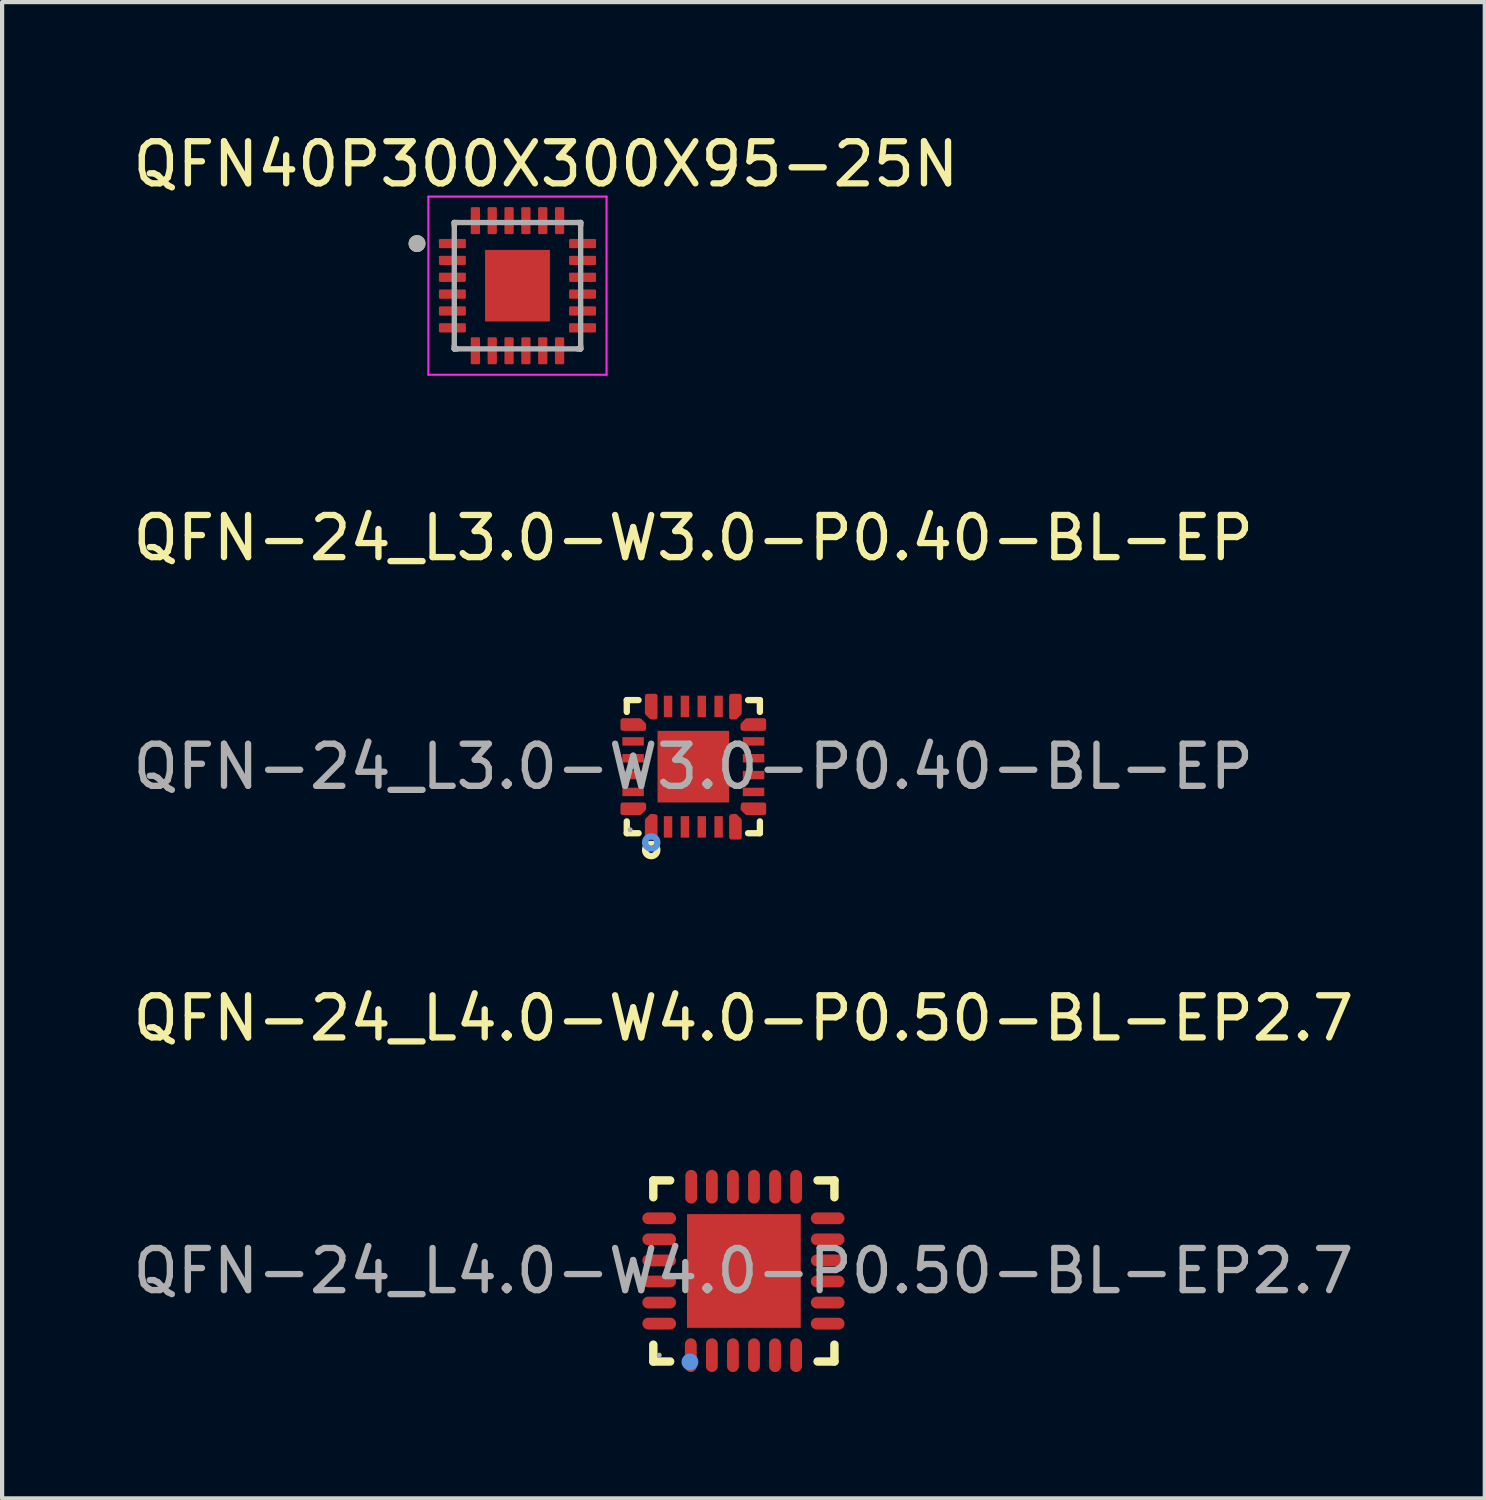
<source format=kicad_pcb>
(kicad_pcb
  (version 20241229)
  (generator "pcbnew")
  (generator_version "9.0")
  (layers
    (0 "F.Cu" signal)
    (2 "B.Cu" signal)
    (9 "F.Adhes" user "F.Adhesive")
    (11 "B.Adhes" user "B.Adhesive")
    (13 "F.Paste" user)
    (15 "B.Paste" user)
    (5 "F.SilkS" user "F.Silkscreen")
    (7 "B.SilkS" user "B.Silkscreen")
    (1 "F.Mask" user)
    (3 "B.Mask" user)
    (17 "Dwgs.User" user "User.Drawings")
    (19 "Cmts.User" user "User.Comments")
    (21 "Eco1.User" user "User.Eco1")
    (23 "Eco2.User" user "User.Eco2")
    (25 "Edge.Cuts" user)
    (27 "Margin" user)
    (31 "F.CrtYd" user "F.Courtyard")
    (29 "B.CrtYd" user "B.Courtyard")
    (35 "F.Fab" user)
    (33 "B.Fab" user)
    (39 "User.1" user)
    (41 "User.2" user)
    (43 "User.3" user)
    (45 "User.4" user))
  (footprint "QFN-24_L4.0-W4.0-P0.50-BL-EP2.7"
    (layer "F.Cu")
    (at 14.601 27.125)
    (property "Reference" "QFN-24_L4.0-W4.0-P0.50-BL-EP2.7" (at 0 -6 0) (layer "F.SilkS") (effects (font (size 1 1) (thickness 0.15))))
    (attr smd)
    (fp_line (start -2.14 -2.15) (end -1.74 -2.15) (stroke (width 0.2) (type solid)) (layer "F.SilkS"))
    (fp_line (start -2.14 -1.75) (end -2.14 -2.15) (stroke (width 0.2) (type solid)) (layer "F.SilkS"))
    (fp_line (start -2.14 2.15) (end -2.14 1.75) (stroke (width 0.2) (type solid)) (layer "F.SilkS"))
    (fp_line (start -1.74 2.15) (end -2.14 2.15) (stroke (width 0.2) (type solid)) (layer "F.SilkS"))
    (fp_line (start 2.16 -2.15) (end 1.76 -2.15) (stroke (width 0.2) (type solid)) (layer "F.SilkS"))
    (fp_line (start 2.16 -1.75) (end 2.16 -2.15) (stroke (width 0.2) (type solid)) (layer "F.SilkS"))
    (fp_line (start 2.16 1.75) (end 2.16 2.15) (stroke (width 0.2) (type solid)) (layer "F.SilkS"))
    (fp_line (start 2.16 2.15) (end 1.76 2.15) (stroke (width 0.2) (type solid)) (layer "F.SilkS"))
    (fp_circle (center -1.27 2.16) (end -1.17 2.16) (stroke (width 0.2) (type solid)) (fill no) (layer "Cmts.User"))
    (fp_circle (center -2 2) (end -1.97 2) (stroke (width 0.06) (type solid)) (fill no) (layer "F.Fab"))
    (fp_text user "${REFERENCE}" (at 0 0 0) (layer "F.Fab") (effects (font (size 1 1) (thickness 0.15))))
    (pad "1" smd oval (at -1.25 2) (size 0.28 0.8) (layers "F.Cu" "F.Mask" "F.Paste"))
    (pad "2" smd oval (at -0.75 2) (size 0.28 0.8) (layers "F.Cu" "F.Mask" "F.Paste"))
    (pad "3" smd oval (at -0.25 2) (size 0.28 0.8) (layers "F.Cu" "F.Mask" "F.Paste"))
    (pad "4" smd oval (at 0.25 2) (size 0.28 0.8) (layers "F.Cu" "F.Mask" "F.Paste"))
    (pad "5" smd oval (at 0.75 2) (size 0.28 0.8) (layers "F.Cu" "F.Mask" "F.Paste"))
    (pad "6" smd oval (at 1.25 2) (size 0.28 0.8) (layers "F.Cu" "F.Mask" "F.Paste"))
    (pad "7" smd oval (at 2 1.25) (size 0.8 0.28) (layers "F.Cu" "F.Mask" "F.Paste"))
    (pad "8" smd oval (at 2 0.75) (size 0.8 0.28) (layers "F.Cu" "F.Mask" "F.Paste"))
    (pad "9" smd oval (at 2 0.25) (size 0.8 0.28) (layers "F.Cu" "F.Mask" "F.Paste"))
    (pad "10" smd oval (at 2 -0.25) (size 0.8 0.28) (layers "F.Cu" "F.Mask" "F.Paste"))
    (pad "11" smd oval (at 2 -0.75) (size 0.8 0.28) (layers "F.Cu" "F.Mask" "F.Paste"))
    (pad "12" smd oval (at 2 -1.25) (size 0.8 0.28) (layers "F.Cu" "F.Mask" "F.Paste"))
    (pad "13" smd oval (at 1.25 -2) (size 0.28 0.8) (layers "F.Cu" "F.Mask" "F.Paste"))
    (pad "14" smd oval (at 0.75 -2) (size 0.28 0.8) (layers "F.Cu" "F.Mask" "F.Paste"))
    (pad "15" smd oval (at 0.25 -2) (size 0.28 0.8) (layers "F.Cu" "F.Mask" "F.Paste"))
    (pad "16" smd oval (at -0.25 -2) (size 0.28 0.8) (layers "F.Cu" "F.Mask" "F.Paste"))
    (pad "17" smd oval (at -0.75 -2) (size 0.28 0.8) (layers "F.Cu" "F.Mask" "F.Paste"))
    (pad "18" smd oval (at -1.24 -2) (size 0.28 0.8) (layers "F.Cu" "F.Mask" "F.Paste"))
    (pad "19" smd oval (at -2 -1.25) (size 0.8 0.28) (layers "F.Cu" "F.Mask" "F.Paste"))
    (pad "20" smd oval (at -2 -0.75) (size 0.8 0.28) (layers "F.Cu" "F.Mask" "F.Paste"))
    (pad "21" smd oval (at -2 -0.25) (size 0.8 0.28) (layers "F.Cu" "F.Mask" "F.Paste"))
    (pad "22" smd oval (at -2 0.25) (size 0.8 0.28) (layers "F.Cu" "F.Mask" "F.Paste"))
    (pad "23" smd oval (at -2 0.75) (size 0.8 0.28) (layers "F.Cu" "F.Mask" "F.Paste"))
    (pad "24" smd oval (at -2 1.25) (size 0.8 0.28) (layers "F.Cu" "F.Mask" "F.Paste"))
    (pad "25" smd rect (at 0.01 0) (size 2.7 2.7) (layers "F.Cu" "F.Mask" "F.Paste")))
  (footprint "QFN40P300X300X95-25N"
    (layer "F.Cu")
    (at 9.236 3.733)
    (property "Reference" "QFN40P300X300X95-25N" (at 0.675 -2.885 0) (layer "F.SilkS") (effects (font (size 1 1) (thickness 0.15))))
    (attr smd)
    (fp_line (start -1.5 -1.5) (end -1.5 -1.43) (stroke (width 0.127) (type solid)) (layer "F.SilkS"))
    (fp_line (start -1.5 -1.5) (end -1.43 -1.5) (stroke (width 0.127) (type solid)) (layer "F.SilkS"))
    (fp_line (start -1.5 1.5) (end -1.5 1.43) (stroke (width 0.127) (type solid)) (layer "F.SilkS"))
    (fp_line (start -1.5 1.5) (end -1.43 1.5) (stroke (width 0.127) (type solid)) (layer "F.SilkS"))
    (fp_line (start 1.5 -1.5) (end 1.43 -1.5) (stroke (width 0.127) (type solid)) (layer "F.SilkS"))
    (fp_line (start 1.5 -1.5) (end 1.5 -1.43) (stroke (width 0.127) (type solid)) (layer "F.SilkS"))
    (fp_line (start 1.5 1.5) (end 1.43 1.5) (stroke (width 0.127) (type solid)) (layer "F.SilkS"))
    (fp_line (start 1.5 1.5) (end 1.5 1.43) (stroke (width 0.127) (type solid)) (layer "F.SilkS"))
    (fp_circle (center -2.385 -1) (end -2.285 -1) (stroke (width 0.2) (type solid)) (fill no) (layer "F.SilkS"))
    (fp_poly (pts (xy -0.485 -0.54) (xy 0.485 -0.54) (xy 0.485 0.54) (xy -0.485 0.54)) (stroke (width 0.01) (type solid)) (fill yes) (layer "F.Paste"))
    (fp_line (start -2.115 -2.115) (end 2.115 -2.115) (stroke (width 0.05) (type solid)) (layer "F.CrtYd"))
    (fp_line (start -2.115 2.115) (end -2.115 -2.115) (stroke (width 0.05) (type solid)) (layer "F.CrtYd"))
    (fp_line (start -2.115 2.115) (end 2.115 2.115) (stroke (width 0.05) (type solid)) (layer "F.CrtYd"))
    (fp_line (start 2.115 2.115) (end 2.115 -2.115) (stroke (width 0.05) (type solid)) (layer "F.CrtYd"))
    (fp_line (start -1.5 1.5) (end -1.5 -1.5) (stroke (width 0.127) (type solid)) (layer "F.Fab"))
    (fp_line (start 1.5 -1.5) (end -1.5 -1.5) (stroke (width 0.127) (type solid)) (layer "F.Fab"))
    (fp_line (start 1.5 1.5) (end -1.5 1.5) (stroke (width 0.127) (type solid)) (layer "F.Fab"))
    (fp_line (start 1.5 1.5) (end 1.5 -1.5) (stroke (width 0.127) (type solid)) (layer "F.Fab"))
    (fp_circle (center -2.385 -1) (end -2.285 -1) (stroke (width 0.2) (type solid)) (fill no) (layer "F.Fab"))
    (pad "1" smd roundrect (at -1.545 -1) (size 0.64 0.22) (layers "F.Cu" "F.Mask" "F.Paste") (roundrect_rratio 0.125))
    (pad "2" smd roundrect (at -1.545 -0.6) (size 0.64 0.22) (layers "F.Cu" "F.Mask" "F.Paste") (roundrect_rratio 0.125))
    (pad "3" smd roundrect (at -1.545 -0.2) (size 0.64 0.22) (layers "F.Cu" "F.Mask" "F.Paste") (roundrect_rratio 0.125))
    (pad "4" smd roundrect (at -1.545 0.2) (size 0.64 0.22) (layers "F.Cu" "F.Mask" "F.Paste") (roundrect_rratio 0.125))
    (pad "5" smd roundrect (at -1.545 0.6) (size 0.64 0.22) (layers "F.Cu" "F.Mask" "F.Paste") (roundrect_rratio 0.125))
    (pad "6" smd roundrect (at -1.545 1) (size 0.64 0.22) (layers "F.Cu" "F.Mask" "F.Paste") (roundrect_rratio 0.125))
    (pad "7" smd roundrect (at -1 1.545) (size 0.22 0.64) (layers "F.Cu" "F.Mask" "F.Paste") (roundrect_rratio 0.125))
    (pad "8" smd roundrect (at -0.6 1.545) (size 0.22 0.64) (layers "F.Cu" "F.Mask" "F.Paste") (roundrect_rratio 0.125))
    (pad "9" smd roundrect (at -0.2 1.545) (size 0.22 0.64) (layers "F.Cu" "F.Mask" "F.Paste") (roundrect_rratio 0.125))
    (pad "10" smd roundrect (at 0.2 1.545) (size 0.22 0.64) (layers "F.Cu" "F.Mask" "F.Paste") (roundrect_rratio 0.125))
    (pad "11" smd roundrect (at 0.6 1.545) (size 0.22 0.64) (layers "F.Cu" "F.Mask" "F.Paste") (roundrect_rratio 0.125))
    (pad "12" smd roundrect (at 1 1.545) (size 0.22 0.64) (layers "F.Cu" "F.Mask" "F.Paste") (roundrect_rratio 0.125))
    (pad "13" smd roundrect (at 1.545 1) (size 0.64 0.22) (layers "F.Cu" "F.Mask" "F.Paste") (roundrect_rratio 0.125))
    (pad "14" smd roundrect (at 1.545 0.6) (size 0.64 0.22) (layers "F.Cu" "F.Mask" "F.Paste") (roundrect_rratio 0.125))
    (pad "15" smd roundrect (at 1.545 0.2) (size 0.64 0.22) (layers "F.Cu" "F.Mask" "F.Paste") (roundrect_rratio 0.125))
    (pad "16" smd roundrect (at 1.545 -0.2) (size 0.64 0.22) (layers "F.Cu" "F.Mask" "F.Paste") (roundrect_rratio 0.125))
    (pad "17" smd roundrect (at 1.545 -0.6) (size 0.64 0.22) (layers "F.Cu" "F.Mask" "F.Paste") (roundrect_rratio 0.125))
    (pad "18" smd roundrect (at 1.545 -1) (size 0.64 0.22) (layers "F.Cu" "F.Mask" "F.Paste") (roundrect_rratio 0.125))
    (pad "19" smd roundrect (at 1 -1.545) (size 0.22 0.64) (layers "F.Cu" "F.Mask" "F.Paste") (roundrect_rratio 0.125))
    (pad "20" smd roundrect (at 0.6 -1.545) (size 0.22 0.64) (layers "F.Cu" "F.Mask" "F.Paste") (roundrect_rratio 0.125))
    (pad "21" smd roundrect (at 0.2 -1.545) (size 0.22 0.64) (layers "F.Cu" "F.Mask" "F.Paste") (roundrect_rratio 0.125))
    (pad "22" smd roundrect (at -0.2 -1.545) (size 0.22 0.64) (layers "F.Cu" "F.Mask" "F.Paste") (roundrect_rratio 0.125))
    (pad "23" smd roundrect (at -0.6 -1.545) (size 0.22 0.64) (layers "F.Cu" "F.Mask" "F.Paste") (roundrect_rratio 0.125))
    (pad "24" smd roundrect (at -1 -1.545) (size 0.22 0.64) (layers "F.Cu" "F.Mask" "F.Paste") (roundrect_rratio 0.125))
    (pad "25" smd rect (at 0 0) (size 1.54 1.7) (layers "F.Cu" "F.Mask")))
  (footprint "QFN-24_L3.0-W3.0-P0.40-BL-EP"
    (layer "F.Cu")
    (at 13.411 15.152)
    (property "Reference" "QFN-24_L3.0-W3.0-P0.40-BL-EP" (at 0 -5.43 0) (layer "F.SilkS") (effects (font (size 1 1) (thickness 0.15))))
    (attr smd)
    (fp_line (start -1.58 -1.58) (end -1.3 -1.58) (stroke (width 0.15) (type solid)) (layer "F.SilkS"))
    (fp_line (start -1.58 -1.3) (end -1.58 -1.58) (stroke (width 0.15) (type solid)) (layer "F.SilkS"))
    (fp_line (start -1.58 1.3) (end -1.58 1.58) (stroke (width 0.15) (type solid)) (layer "F.SilkS"))
    (fp_line (start -1.58 1.58) (end -1.3 1.58) (stroke (width 0.15) (type solid)) (layer "F.SilkS"))
    (fp_line (start 1.58 -1.58) (end 1.3 -1.58) (stroke (width 0.15) (type solid)) (layer "F.SilkS"))
    (fp_line (start 1.58 -1.3) (end 1.58 -1.58) (stroke (width 0.15) (type solid)) (layer "F.SilkS"))
    (fp_line (start 1.58 1.3) (end 1.58 1.58) (stroke (width 0.15) (type solid)) (layer "F.SilkS"))
    (fp_line (start 1.58 1.58) (end 1.3 1.58) (stroke (width 0.15) (type solid)) (layer "F.SilkS"))
    (fp_circle (center -1 1.98) (end -0.93 1.98) (stroke (width 0.15) (type solid)) (fill no) (layer "F.SilkS"))
    (fp_circle (center -1 1.8) (end -0.93 1.8) (stroke (width 0.15) (type solid)) (fill no) (layer "Cmts.User"))
    (fp_circle (center -1.5 1.5) (end -1.47 1.5) (stroke (width 0.06) (type solid)) (fill no) (layer "F.Fab"))
    (fp_text user "${REFERENCE}" (at 0 0 0) (layer "F.Fab") (effects (font (size 1 1) (thickness 0.15))))
    (pad "1" smd custom (at -1 1.43) (size 0.01 0.01) (layers "F.Cu" "F.Mask" "F.Paste") (options (anchor circle)) (primitives (gr_poly (pts (xy -0.1 0.25) (xy 0.1 0.25) (xy 0.1 -0.25) (xy 0 -0.26) (xy -0.1 -0.16)) (width 0.1) (fill yes))))
    (pad "2" smd rect (at -0.6 1.43) (size 0.2 0.51) (layers "F.Cu" "F.Mask" "F.Paste"))
    (pad "3" smd rect (at -0.2 1.43) (size 0.2 0.51) (layers "F.Cu" "F.Mask" "F.Paste"))
    (pad "4" smd rect (at 0.2 1.43) (size 0.2 0.51) (layers "F.Cu" "F.Mask" "F.Paste"))
    (pad "5" smd rect (at 0.6 1.43) (size 0.2 0.51) (layers "F.Cu" "F.Mask" "F.Paste"))
    (pad "6" smd custom (at 1 1.43) (size 0.01 0.01) (layers "F.Cu" "F.Mask" "F.Paste") (options (anchor circle)) (primitives (gr_poly (pts (xy 0.1 0.25) (xy -0.1 0.25) (xy -0.1 -0.25) (xy 0 -0.26) (xy 0.1 -0.16)) (width 0.1) (fill yes))))
    (pad "7" smd custom (at 1.43 1) (size 0.01 0.01) (layers "F.Cu" "F.Mask" "F.Paste") (options (anchor circle)) (primitives (gr_poly (pts (xy 0.25 0.1) (xy -0.16 0.1) (xy -0.26 0) (xy -0.25 -0.1) (xy 0.25 -0.1)) (width 0.1) (fill yes))))
    (pad "8" smd rect (at 1.43 0.6) (size 0.51 0.2) (layers "F.Cu" "F.Mask" "F.Paste"))
    (pad "9" smd rect (at 1.43 0.2) (size 0.51 0.2) (layers "F.Cu" "F.Mask" "F.Paste"))
    (pad "10" smd rect (at 1.43 -0.2) (size 0.51 0.2) (layers "F.Cu" "F.Mask" "F.Paste"))
    (pad "11" smd rect (at 1.43 -0.6) (size 0.51 0.2) (layers "F.Cu" "F.Mask" "F.Paste"))
    (pad "12" smd custom (at 1.43 -1) (size 0.01 0.01) (layers "F.Cu" "F.Mask" "F.Paste") (options (anchor circle)) (primitives (gr_poly (pts (xy 0.25 -0.1) (xy -0.16 -0.1) (xy -0.26 0) (xy -0.26 0.1) (xy 0.25 0.1)) (width 0.1) (fill yes))))
    (pad "13" smd custom (at 1 -1.43) (size 0.01 0.01) (layers "F.Cu" "F.Mask" "F.Paste") (options (anchor circle)) (primitives (gr_poly (pts (xy 0.1 -0.25) (xy -0.1 -0.25) (xy -0.1 0.26) (xy 0 0.26) (xy 0.1 0.16)) (width 0.1) (fill yes))))
    (pad "14" smd rect (at 0.6 -1.43) (size 0.2 0.51) (layers "F.Cu" "F.Mask" "F.Paste"))
    (pad "15" smd rect (at 0.2 -1.43) (size 0.2 0.51) (layers "F.Cu" "F.Mask" "F.Paste"))
    (pad "16" smd rect (at -0.2 -1.43) (size 0.2 0.51) (layers "F.Cu" "F.Mask" "F.Paste"))
    (pad "17" smd rect (at -0.6 -1.43) (size 0.2 0.51) (layers "F.Cu" "F.Mask" "F.Paste"))
    (pad "18" smd custom (at -1 -1.43) (size 0.01 0.01) (layers "F.Cu" "F.Mask" "F.Paste") (options (anchor circle)) (primitives (gr_poly (pts (xy -0.1 -0.25) (xy 0.1 -0.25) (xy 0.1 0.26) (xy 0 0.26) (xy -0.1 0.16)) (width 0.1) (fill yes))))
    (pad "19" smd custom (at -1.43 -1) (size 0.01 0.01) (layers "F.Cu" "F.Mask" "F.Paste") (options (anchor circle)) (primitives (gr_poly (pts (xy -0.25 -0.1) (xy 0.16 -0.1) (xy 0.26 0) (xy 0.26 0.1) (xy -0.25 0.1)) (width 0.1) (fill yes))))
    (pad "20" smd rect (at -1.43 -0.6) (size 0.51 0.2) (layers "F.Cu" "F.Mask" "F.Paste"))
    (pad "21" smd rect (at -1.43 -0.2) (size 0.51 0.2) (layers "F.Cu" "F.Mask" "F.Paste"))
    (pad "22" smd rect (at -1.43 0.2) (size 0.51 0.2) (layers "F.Cu" "F.Mask" "F.Paste"))
    (pad "23" smd rect (at -1.43 0.6) (size 0.51 0.2) (layers "F.Cu" "F.Mask" "F.Paste"))
    (pad "24" smd custom (at -1.43 1) (size 0.01 0.01) (layers "F.Cu" "F.Mask" "F.Paste") (options (anchor circle)) (primitives (gr_poly (pts (xy -0.25 0.1) (xy 0.16 0.1) (xy 0.26 0) (xy 0.26 -0.1) (xy -0.25 -0.1)) (width 0.1) (fill yes))))
    (pad "25" smd rect (at 0 0) (size 1.7 1.7) (layers "F.Cu" "F.Mask" "F.Paste")))
  (gr_rect
    (start -3 -3)
    (end 32.202 32.525)
    (stroke (width 0.1) (type default))
    (fill no)
    (layer "Edge.Cuts")))
</source>
